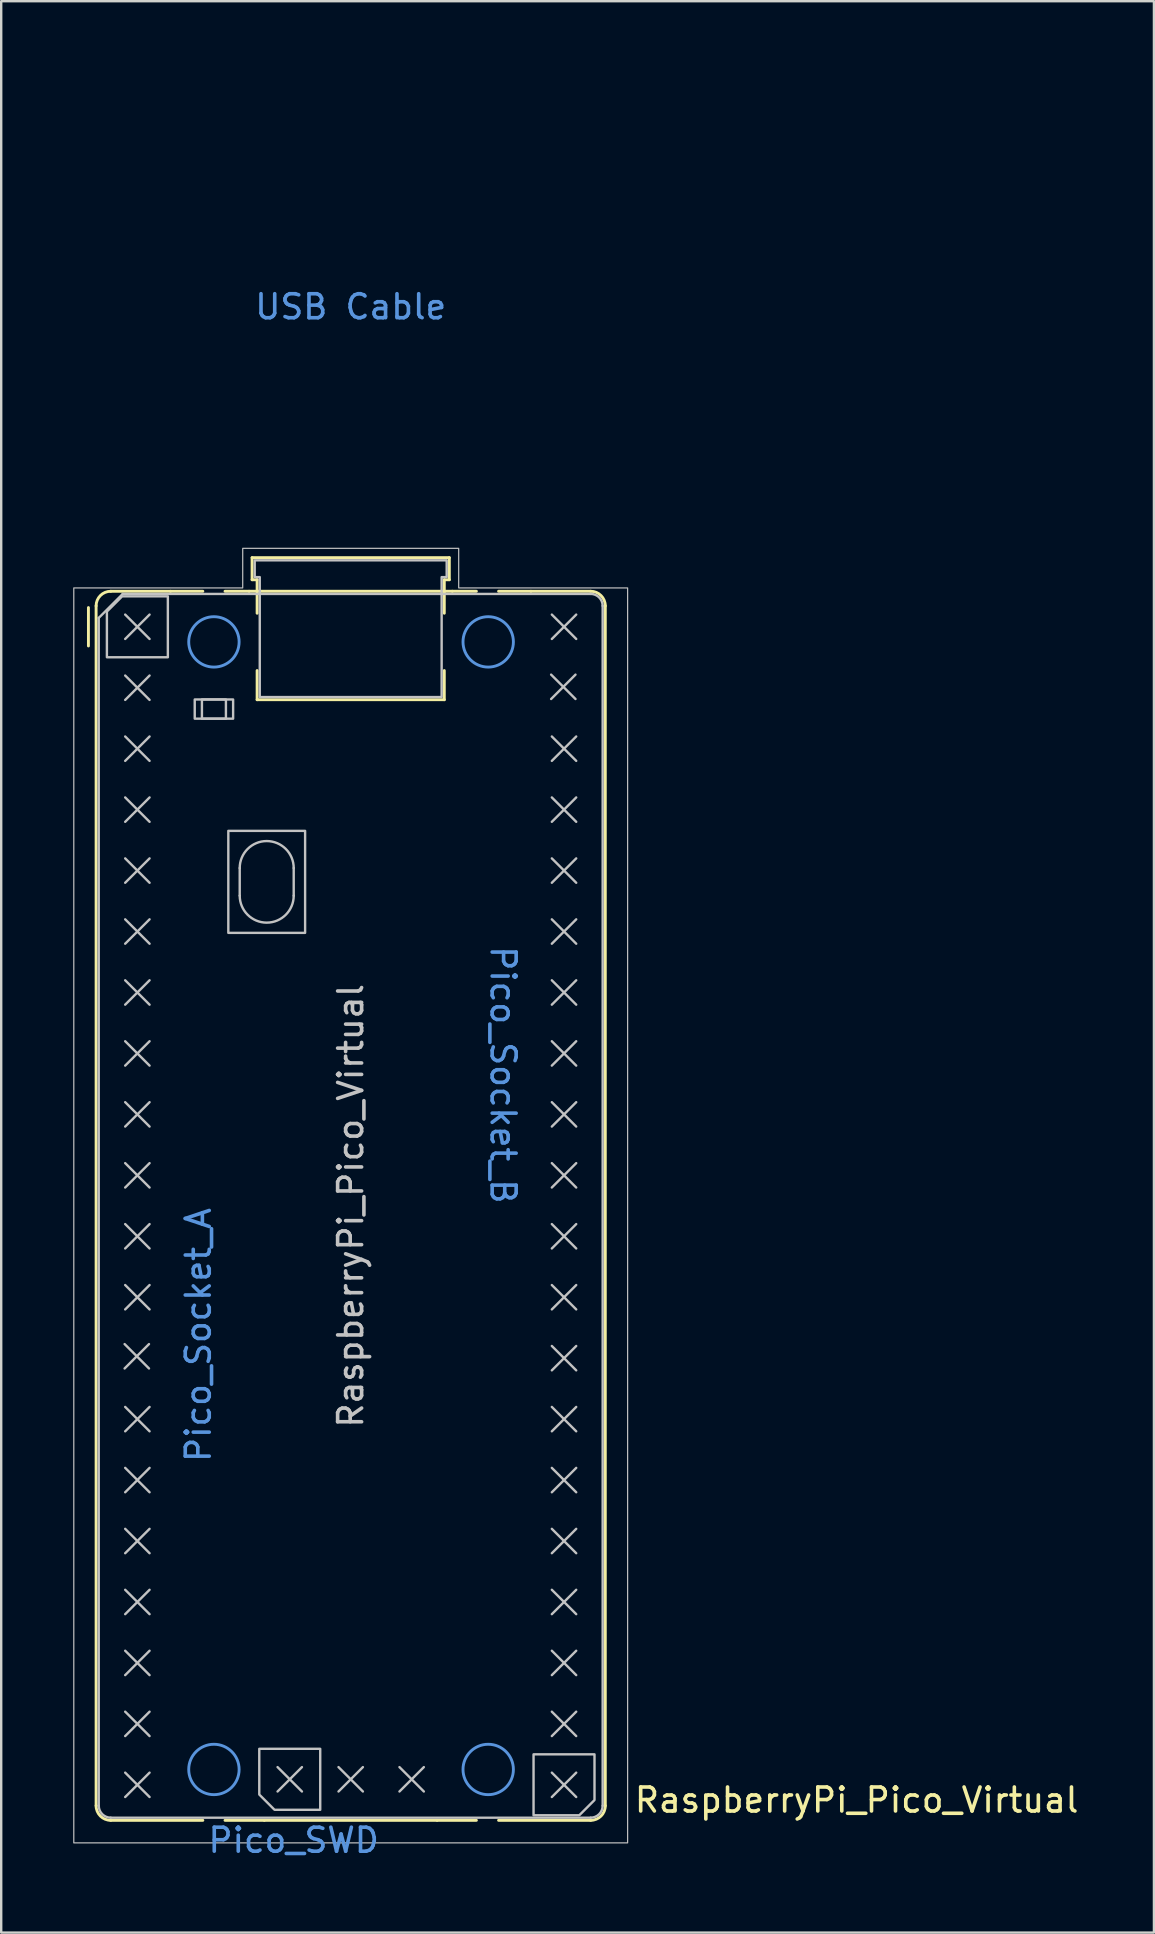
<source format=kicad_pcb>
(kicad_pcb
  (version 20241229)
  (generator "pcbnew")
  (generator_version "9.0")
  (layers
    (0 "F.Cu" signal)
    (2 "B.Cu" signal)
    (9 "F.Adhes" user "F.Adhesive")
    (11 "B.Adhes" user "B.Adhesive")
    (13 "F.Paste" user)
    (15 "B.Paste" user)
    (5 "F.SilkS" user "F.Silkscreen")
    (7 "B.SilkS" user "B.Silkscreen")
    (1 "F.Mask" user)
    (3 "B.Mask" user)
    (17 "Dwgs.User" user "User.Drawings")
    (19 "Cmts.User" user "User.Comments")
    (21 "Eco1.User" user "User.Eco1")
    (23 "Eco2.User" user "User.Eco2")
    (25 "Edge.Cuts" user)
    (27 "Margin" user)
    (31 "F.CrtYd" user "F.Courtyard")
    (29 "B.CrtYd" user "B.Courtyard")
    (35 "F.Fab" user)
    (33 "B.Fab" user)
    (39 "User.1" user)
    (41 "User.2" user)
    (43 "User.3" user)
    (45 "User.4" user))
  (footprint "RaspberryPi_Pico_Virtual"
    (layer "F.Cu")
    (at 11.565 47.2)
    (property "Reference" "RaspberryPi_Pico_Virtual" (at 11.748 24.765 0) (unlocked yes) (layer "F.SilkS") (effects (font (size 1 1) (thickness 0.15)) (justify left)))
    (attr exclude_from_pos_files allow_missing_courtyard)
    (fp_line (start -10.93 -23.33) (end -10.93 -24.93) (stroke (width 0.12) (type solid)) (layer "F.SilkS"))
    (fp_line (start -10.61 -25) (end -10.61 25) (stroke (width 0.12) (type solid)) (layer "F.SilkS"))
    (fp_line (start -10 -25.61) (end -7.51 -25.61) (stroke (width 0.12) (type solid)) (layer "F.SilkS"))
    (fp_line (start -10 25.61) (end -6.162 25.61) (stroke (width 0.12) (type solid)) (layer "F.SilkS"))
    (fp_line (start -7.51 -25.61) (end -6.162 -25.61) (stroke (width 0.12) (type solid)) (layer "F.SilkS"))
    (fp_line (start -5.238 -25.61) (end -4.235 -25.61) (stroke (width 0.12) (type solid)) (layer "F.SilkS"))
    (fp_line (start -4.235 -25.61) (end 4.235 -25.61) (stroke (width 0.12) (type solid)) (layer "F.SilkS"))
    (fp_line (start -4.11 -27.01) (end -4.11 -26.09) (stroke (width 0.12) (type solid)) (layer "F.SilkS"))
    (fp_line (start -4.11 -27.01) (end 4.11 -27.01) (stroke (width 0.12) (type solid)) (layer "F.SilkS"))
    (fp_line (start -4.11 -26.09) (end -3.9 -26.09) (stroke (width 0.12) (type solid)) (layer "F.SilkS"))
    (fp_line (start -3.9 -26.09) (end -3.9 -24.694) (stroke (width 0.12) (type solid)) (layer "F.SilkS"))
    (fp_line (start -3.9 -22.306) (end -3.9 -21.09) (stroke (width 0.12) (type solid)) (layer "F.SilkS"))
    (fp_line (start -3.6 25.61) (end -5.238 25.61) (stroke (width 0.12) (type solid)) (layer "F.SilkS"))
    (fp_line (start 3.6 25.61) (end -3.6 25.61) (stroke (width 0.12) (type solid)) (layer "F.SilkS"))
    (fp_line (start 3.9 -26.09) (end 3.9 -24.694) (stroke (width 0.12) (type solid)) (layer "F.SilkS"))
    (fp_line (start 3.9 -22.306) (end 3.9 -21.09) (stroke (width 0.12) (type solid)) (layer "F.SilkS"))
    (fp_line (start 3.9 -21.09) (end -3.9 -21.09) (stroke (width 0.12) (type solid)) (layer "F.SilkS"))
    (fp_line (start 4.11 -27.01) (end 4.11 -26.09) (stroke (width 0.12) (type solid)) (layer "F.SilkS"))
    (fp_line (start 4.11 -26.09) (end 3.9 -26.09) (stroke (width 0.12) (type solid)) (layer "F.SilkS"))
    (fp_line (start 4.235 -25.61) (end 5.238 -25.61) (stroke (width 0.12) (type solid)) (layer "F.SilkS"))
    (fp_line (start 5.238 25.61) (end 3.6 25.61) (stroke (width 0.12) (type solid)) (layer "F.SilkS"))
    (fp_line (start 6.162 -25.61) (end 7.51 -25.61) (stroke (width 0.12) (type solid)) (layer "F.SilkS"))
    (fp_line (start 6.162 25.61) (end 10 25.61) (stroke (width 0.12) (type solid)) (layer "F.SilkS"))
    (fp_line (start 7.51 -25.61) (end 10 -25.61) (stroke (width 0.12) (type solid)) (layer "F.SilkS"))
    (fp_line (start 10.61 -25) (end 10.61 25) (stroke (width 0.12) (type solid)) (layer "F.SilkS"))
    (fp_arc (start -10.61 -25) (mid -10.431335 -25.431335) (end -10 -25.61) (stroke (width 0.12) (type solid)) (layer "F.SilkS"))
    (fp_arc (start -10 25.61) (mid -10.431364 25.431364) (end -10.61 25) (stroke (width 0.12) (type solid)) (layer "F.SilkS"))
    (fp_arc (start 10 -25.61) (mid 10.431335 -25.431335) (end 10.61 -25) (stroke (width 0.12) (type solid)) (layer "F.SilkS"))
    (fp_arc (start 10.61 25) (mid 10.431335 25.431335) (end 10 25.61) (stroke (width 0.12) (type solid)) (layer "F.SilkS"))
    (fp_line (start -10.5 -24.5) (end -9.5 -25.5) (stroke (width 0.1) (type solid)) (layer "Dwgs.User"))
    (fp_line (start -10.5 25) (end -10.5 -24.5) (stroke (width 0.1) (type solid)) (layer "Dwgs.User"))
    (fp_line (start -9.5 -25.5) (end 10 -25.5) (stroke (width 0.1) (type solid)) (layer "Dwgs.User"))
    (fp_line (start -9.422 5.763) (end -8.406 6.779) (stroke (width 0.1) (type solid)) (layer "Dwgs.User"))
    (fp_line (start -9.398 -24.638) (end -8.382 -23.622) (stroke (width 0.1) (type solid)) (layer "Dwgs.User"))
    (fp_line (start -9.398 -22.098) (end -8.382 -21.082) (stroke (width 0.1) (type solid)) (layer "Dwgs.User"))
    (fp_line (start -9.398 -19.558) (end -8.382 -18.542) (stroke (width 0.1) (type solid)) (layer "Dwgs.User"))
    (fp_line (start -9.398 -17.018) (end -8.382 -16.002) (stroke (width 0.1) (type solid)) (layer "Dwgs.User"))
    (fp_line (start -9.398 -14.478) (end -8.382 -13.462) (stroke (width 0.1) (type solid)) (layer "Dwgs.User"))
    (fp_line (start -9.398 -11.938) (end -8.382 -10.922) (stroke (width 0.1) (type solid)) (layer "Dwgs.User"))
    (fp_line (start -9.398 -9.398) (end -8.382 -8.382) (stroke (width 0.1) (type solid)) (layer "Dwgs.User"))
    (fp_line (start -9.398 -6.858) (end -8.382 -5.842) (stroke (width 0.1) (type solid)) (layer "Dwgs.User"))
    (fp_line (start -9.398 -4.318) (end -8.382 -3.302) (stroke (width 0.1) (type solid)) (layer "Dwgs.User"))
    (fp_line (start -9.398 -1.778) (end -8.382 -0.762) (stroke (width 0.1) (type solid)) (layer "Dwgs.User"))
    (fp_line (start -9.398 0.762) (end -8.382 1.778) (stroke (width 0.1) (type solid)) (layer "Dwgs.User"))
    (fp_line (start -9.398 3.302) (end -8.382 4.318) (stroke (width 0.1) (type solid)) (layer "Dwgs.User"))
    (fp_line (start -9.398 8.382) (end -8.382 9.398) (stroke (width 0.1) (type solid)) (layer "Dwgs.User"))
    (fp_line (start -9.398 10.922) (end -8.382 11.938) (stroke (width 0.1) (type solid)) (layer "Dwgs.User"))
    (fp_line (start -9.398 13.462) (end -8.382 14.478) (stroke (width 0.1) (type solid)) (layer "Dwgs.User"))
    (fp_line (start -9.398 16.002) (end -8.382 17.018) (stroke (width 0.1) (type solid)) (layer "Dwgs.User"))
    (fp_line (start -9.398 18.542) (end -8.382 19.558) (stroke (width 0.1) (type solid)) (layer "Dwgs.User"))
    (fp_line (start -9.398 21.082) (end -8.382 22.098) (stroke (width 0.1) (type solid)) (layer "Dwgs.User"))
    (fp_line (start -9.398 23.622) (end -8.382 24.638) (stroke (width 0.1) (type solid)) (layer "Dwgs.User"))
    (fp_line (start -8.406 5.763) (end -9.422 6.779) (stroke (width 0.1) (type solid)) (layer "Dwgs.User"))
    (fp_line (start -8.382 -24.638) (end -9.398 -23.622) (stroke (width 0.1) (type solid)) (layer "Dwgs.User"))
    (fp_line (start -8.382 -22.098) (end -9.398 -21.082) (stroke (width 0.1) (type solid)) (layer "Dwgs.User"))
    (fp_line (start -8.382 -19.558) (end -9.398 -18.542) (stroke (width 0.1) (type solid)) (layer "Dwgs.User"))
    (fp_line (start -8.382 -17.018) (end -9.398 -16.002) (stroke (width 0.1) (type solid)) (layer "Dwgs.User"))
    (fp_line (start -8.382 -14.478) (end -9.398 -13.462) (stroke (width 0.1) (type solid)) (layer "Dwgs.User"))
    (fp_line (start -8.382 -11.938) (end -9.398 -10.922) (stroke (width 0.1) (type solid)) (layer "Dwgs.User"))
    (fp_line (start -8.382 -9.398) (end -9.398 -8.382) (stroke (width 0.1) (type solid)) (layer "Dwgs.User"))
    (fp_line (start -8.382 -6.858) (end -9.398 -5.842) (stroke (width 0.1) (type solid)) (layer "Dwgs.User"))
    (fp_line (start -8.382 -4.318) (end -9.398 -3.302) (stroke (width 0.1) (type solid)) (layer "Dwgs.User"))
    (fp_line (start -8.382 -1.778) (end -9.398 -0.762) (stroke (width 0.1) (type solid)) (layer "Dwgs.User"))
    (fp_line (start -8.382 0.762) (end -9.398 1.778) (stroke (width 0.1) (type solid)) (layer "Dwgs.User"))
    (fp_line (start -8.382 3.302) (end -9.398 4.318) (stroke (width 0.1) (type solid)) (layer "Dwgs.User"))
    (fp_line (start -8.382 8.382) (end -9.398 9.398) (stroke (width 0.1) (type solid)) (layer "Dwgs.User"))
    (fp_line (start -8.382 10.922) (end -9.398 11.938) (stroke (width 0.1) (type solid)) (layer "Dwgs.User"))
    (fp_line (start -8.382 13.462) (end -9.398 14.478) (stroke (width 0.1) (type solid)) (layer "Dwgs.User"))
    (fp_line (start -8.382 16.002) (end -9.398 17.018) (stroke (width 0.1) (type solid)) (layer "Dwgs.User"))
    (fp_line (start -8.382 18.542) (end -9.398 19.558) (stroke (width 0.1) (type solid)) (layer "Dwgs.User"))
    (fp_line (start -8.382 21.082) (end -9.398 22.098) (stroke (width 0.1) (type solid)) (layer "Dwgs.User"))
    (fp_line (start -8.382 23.622) (end -9.398 24.638) (stroke (width 0.1) (type solid)) (layer "Dwgs.User"))
    (fp_line (start -4.625 -14.075) (end -4.625 -12.925) (stroke (width 0.1) (type solid)) (layer "Dwgs.User"))
    (fp_line (start -3.048 23.392) (end -2.032 24.408) (stroke (width 0.1) (type solid)) (layer "Dwgs.User"))
    (fp_line (start -2.375 -14.075) (end -2.375 -12.925) (stroke (width 0.1) (type solid)) (layer "Dwgs.User"))
    (fp_line (start -2.032 23.392) (end -3.048 24.408) (stroke (width 0.1) (type solid)) (layer "Dwgs.User"))
    (fp_line (start -0.508 23.392) (end 0.508 24.408) (stroke (width 0.1) (type solid)) (layer "Dwgs.User"))
    (fp_line (start 0.508 23.392) (end -0.508 24.408) (stroke (width 0.1) (type solid)) (layer "Dwgs.User"))
    (fp_line (start 2.032 23.392) (end 3.048 24.408) (stroke (width 0.1) (type solid)) (layer "Dwgs.User"))
    (fp_line (start 3.048 23.392) (end 2.032 24.408) (stroke (width 0.1) (type solid)) (layer "Dwgs.User"))
    (fp_line (start 8.352 -22.136) (end 9.368 -21.12) (stroke (width 0.1) (type solid)) (layer "Dwgs.User"))
    (fp_line (start 8.382 -24.638) (end 9.398 -23.622) (stroke (width 0.1) (type solid)) (layer "Dwgs.User"))
    (fp_line (start 8.382 -19.558) (end 9.398 -18.542) (stroke (width 0.1) (type solid)) (layer "Dwgs.User"))
    (fp_line (start 8.382 -17.018) (end 9.398 -16.002) (stroke (width 0.1) (type solid)) (layer "Dwgs.User"))
    (fp_line (start 8.382 -14.478) (end 9.398 -13.462) (stroke (width 0.1) (type solid)) (layer "Dwgs.User"))
    (fp_line (start 8.382 -11.938) (end 9.398 -10.922) (stroke (width 0.1) (type solid)) (layer "Dwgs.User"))
    (fp_line (start 8.382 -9.398) (end 9.398 -8.382) (stroke (width 0.1) (type solid)) (layer "Dwgs.User"))
    (fp_line (start 8.382 -6.858) (end 9.398 -5.842) (stroke (width 0.1) (type solid)) (layer "Dwgs.User"))
    (fp_line (start 8.382 -4.318) (end 9.398 -3.302) (stroke (width 0.1) (type solid)) (layer "Dwgs.User"))
    (fp_line (start 8.382 -1.778) (end 9.398 -0.762) (stroke (width 0.1) (type solid)) (layer "Dwgs.User"))
    (fp_line (start 8.382 0.762) (end 9.398 1.778) (stroke (width 0.1) (type solid)) (layer "Dwgs.User"))
    (fp_line (start 8.382 3.302) (end 9.398 4.318) (stroke (width 0.1) (type solid)) (layer "Dwgs.User"))
    (fp_line (start 8.382 5.842) (end 9.398 6.858) (stroke (width 0.1) (type solid)) (layer "Dwgs.User"))
    (fp_line (start 8.382 8.382) (end 9.398 9.398) (stroke (width 0.1) (type solid)) (layer "Dwgs.User"))
    (fp_line (start 8.382 10.922) (end 9.398 11.938) (stroke (width 0.1) (type solid)) (layer "Dwgs.User"))
    (fp_line (start 8.382 13.462) (end 9.398 14.478) (stroke (width 0.1) (type solid)) (layer "Dwgs.User"))
    (fp_line (start 8.382 16.002) (end 9.398 17.018) (stroke (width 0.1) (type solid)) (layer "Dwgs.User"))
    (fp_line (start 8.382 18.542) (end 9.398 19.558) (stroke (width 0.1) (type solid)) (layer "Dwgs.User"))
    (fp_line (start 8.382 21.082) (end 9.398 22.098) (stroke (width 0.1) (type solid)) (layer "Dwgs.User"))
    (fp_line (start 8.382 23.622) (end 9.398 24.638) (stroke (width 0.1) (type solid)) (layer "Dwgs.User"))
    (fp_line (start 9.368 -22.136) (end 8.352 -21.12) (stroke (width 0.1) (type solid)) (layer "Dwgs.User"))
    (fp_line (start 9.398 -24.638) (end 8.382 -23.622) (stroke (width 0.1) (type solid)) (layer "Dwgs.User"))
    (fp_line (start 9.398 -19.558) (end 8.382 -18.542) (stroke (width 0.1) (type solid)) (layer "Dwgs.User"))
    (fp_line (start 9.398 -17.018) (end 8.382 -16.002) (stroke (width 0.1) (type solid)) (layer "Dwgs.User"))
    (fp_line (start 9.398 -14.478) (end 8.382 -13.462) (stroke (width 0.1) (type solid)) (layer "Dwgs.User"))
    (fp_line (start 9.398 -11.938) (end 8.382 -10.922) (stroke (width 0.1) (type solid)) (layer "Dwgs.User"))
    (fp_line (start 9.398 -9.398) (end 8.382 -8.382) (stroke (width 0.1) (type solid)) (layer "Dwgs.User"))
    (fp_line (start 9.398 -6.858) (end 8.382 -5.842) (stroke (width 0.1) (type solid)) (layer "Dwgs.User"))
    (fp_line (start 9.398 -4.318) (end 8.382 -3.302) (stroke (width 0.1) (type solid)) (layer "Dwgs.User"))
    (fp_line (start 9.398 -1.778) (end 8.382 -0.762) (stroke (width 0.1) (type solid)) (layer "Dwgs.User"))
    (fp_line (start 9.398 0.762) (end 8.382 1.778) (stroke (width 0.1) (type solid)) (layer "Dwgs.User"))
    (fp_line (start 9.398 3.302) (end 8.382 4.318) (stroke (width 0.1) (type solid)) (layer "Dwgs.User"))
    (fp_line (start 9.398 5.842) (end 8.382 6.858) (stroke (width 0.1) (type solid)) (layer "Dwgs.User"))
    (fp_line (start 9.398 8.382) (end 8.382 9.398) (stroke (width 0.1) (type solid)) (layer "Dwgs.User"))
    (fp_line (start 9.398 10.922) (end 8.382 11.938) (stroke (width 0.1) (type solid)) (layer "Dwgs.User"))
    (fp_line (start 9.398 13.462) (end 8.382 14.478) (stroke (width 0.1) (type solid)) (layer "Dwgs.User"))
    (fp_line (start 9.398 16.002) (end 8.382 17.018) (stroke (width 0.1) (type solid)) (layer "Dwgs.User"))
    (fp_line (start 9.398 18.542) (end 8.382 19.558) (stroke (width 0.1) (type solid)) (layer "Dwgs.User"))
    (fp_line (start 9.398 21.082) (end 8.382 22.098) (stroke (width 0.1) (type solid)) (layer "Dwgs.User"))
    (fp_line (start 9.398 23.622) (end 8.382 24.638) (stroke (width 0.1) (type solid)) (layer "Dwgs.User"))
    (fp_line (start 10 25.5) (end -10 25.5) (stroke (width 0.1) (type solid)) (layer "Dwgs.User"))
    (fp_line (start 10.5 -25) (end 10.5 25) (stroke (width 0.1) (type solid)) (layer "Dwgs.User"))
    (fp_rect (start -6.5 -21.1) (end -4.9 -20.3) (stroke (width 0.1) (type solid)) (fill no) (layer "Dwgs.User"))
    (fp_rect (start -6.2 -21.1) (end -5.2 -20.3) (stroke (width 0.1) (type solid)) (fill no) (layer "Dwgs.User"))
    (fp_rect (start -5.1 -15.625) (end -1.9 -11.375) (stroke (width 0.1) (type solid)) (fill no) (layer "Dwgs.User"))
    (fp_arc (start -10 25.5) (mid -10.353553 25.353553) (end -10.5 25) (stroke (width 0.1) (type solid)) (layer "Dwgs.User"))
    (fp_arc (start -4.625 -14.075) (mid -3.5 -15.2) (end -2.375 -14.075) (stroke (width 0.1) (type solid)) (layer "Dwgs.User"))
    (fp_arc (start -2.375 -12.925) (mid -3.5 -11.8) (end -4.625 -12.925) (stroke (width 0.1) (type solid)) (layer "Dwgs.User"))
    (fp_arc (start 10 -25.5) (mid 10.353553 -25.353553) (end 10.5 -25) (stroke (width 0.1) (type solid)) (layer "Dwgs.User"))
    (fp_arc (start 10.5 25) (mid 10.353553 25.353553) (end 10 25.5) (stroke (width 0.1) (type solid)) (layer "Dwgs.User"))
    (fp_poly (pts (xy -10.16 -24.765) (xy -10.16 -22.86) (xy -7.62 -22.86) (xy -7.62 -25.4) (xy -9.525 -25.4)) (stroke (width 0.1) (type solid)) (fill no) (layer "Dwgs.User"))
    (fp_poly (pts (xy -3.175 25.17) (xy -1.27 25.17) (xy -1.27 22.63) (xy -3.81 22.63) (xy -3.81 24.535)) (stroke (width 0.1) (type solid)) (fill no) (layer "Dwgs.User"))
    (fp_poly (pts (xy 10.16 24.765) (xy 10.16 22.86) (xy 7.62 22.86) (xy 7.62 25.4) (xy 9.525 25.4)) (stroke (width 0.1) (type solid)) (fill no) (layer "Dwgs.User"))
    (fp_poly (pts (xy -4.5 -27.4) (xy 4.5 -27.4) (xy 4.5 -25.75) (xy 11.54 -25.75) (xy 11.54 26.55) (xy -11.54 26.55) (xy -11.54 -25.75) (xy -4.5 -25.75)) (stroke (width 0.05) (type solid)) (fill no) (layer "Dwgs.User"))
    (fp_poly (pts (xy 3.79 -21.2) (xy 3.79 -26.2) (xy 4 -26.2) (xy 4 -26.9) (xy -4 -26.9) (xy -4 -26.2) (xy -3.79 -26.2) (xy -3.79 -21.2)) (stroke (width 0.1) (type solid)) (fill no) (layer "Dwgs.User"))
    (fp_circle (center -5.7 -23.5) (end -4.65 -23.5) (stroke (width 0.12) (type solid)) (fill no) (layer "Cmts.User"))
    (fp_circle (center -5.7 23.49) (end -4.65 23.49) (stroke (width 0.12) (type solid)) (fill no) (layer "Cmts.User"))
    (fp_circle (center 5.73 -23.5) (end 6.78 -23.5) (stroke (width 0.12) (type solid)) (fill no) (layer "Cmts.User"))
    (fp_circle (center 5.73 23.49) (end 6.78 23.49) (stroke (width 0.12) (type solid)) (fill no) (layer "Cmts.User"))
    (fp_text user "${REFERENCE}" (at 0 0 90) (layer "Dwgs.User") (effects (font (size 1 1) (thickness 0.15))))
    (fp_text user "Pico_Socket_B" (at 6.35 0 270) (unlocked yes) (layer "Cmts.User") (effects (font (size 1 1) (thickness 0.15)) (justify right)))
    (fp_text user "Pico_Socket_A" (at -6.35 0 90) (unlocked yes) (layer "Cmts.User") (effects (font (size 1 1) (thickness 0.15)) (justify right)))
    (fp_text user "Pico_SWD" (at 1.27 26.44 0) (unlocked yes) (layer "Cmts.User") (effects (font (size 1 1) (thickness 0.15)) (justify right)))
    (fp_text user "USB Cable" (at 0 -37.465 0) (unlocked yes) (layer "Cmts.User") (effects (font (size 1 1) (thickness 0.15))))
    (zone (net_name "") (layer "F.CrtYd") (name "USB Cable") (hatch edge 0.5) (connect_pads) (min_thickness 0.254) (filled_areas_thickness no) (keepout (tracks allowed) (vias allowed) (pads allowed) (copperpour allowed) (footprints allowed)) (placement (enabled no)) (fill) (polygon (pts (xy 5.815 19.5) (xy 7.625 19.5) (xy 7.625 19.8) (xy 15.505 19.8) (xy 15.505 19.5) (xy 17.315 19.5) (xy 17.315 0) (xy 5.815 0)))))
  (gr_rect
    (start -3 -3)
    (end 45.039 77.488)
    (stroke (width 0.1) (type default))
    (fill no)
    (layer "Edge.Cuts")))
</source>
